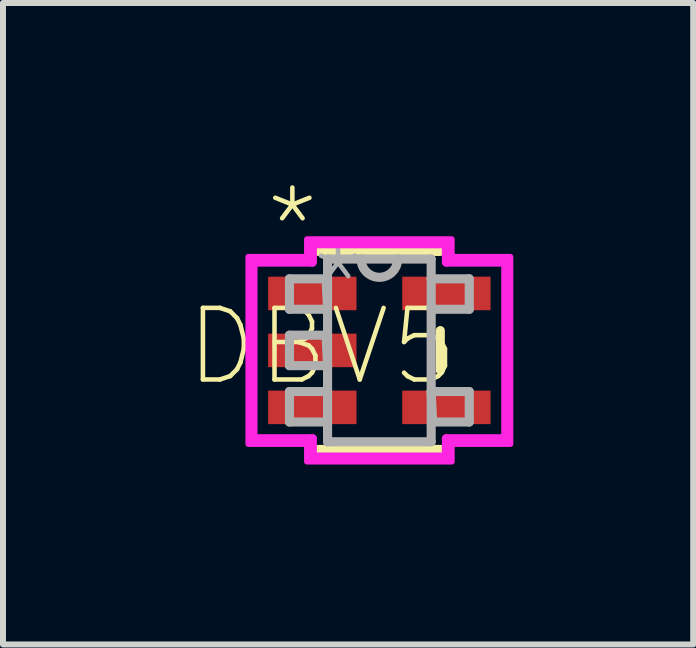
<source format=kicad_pcb>
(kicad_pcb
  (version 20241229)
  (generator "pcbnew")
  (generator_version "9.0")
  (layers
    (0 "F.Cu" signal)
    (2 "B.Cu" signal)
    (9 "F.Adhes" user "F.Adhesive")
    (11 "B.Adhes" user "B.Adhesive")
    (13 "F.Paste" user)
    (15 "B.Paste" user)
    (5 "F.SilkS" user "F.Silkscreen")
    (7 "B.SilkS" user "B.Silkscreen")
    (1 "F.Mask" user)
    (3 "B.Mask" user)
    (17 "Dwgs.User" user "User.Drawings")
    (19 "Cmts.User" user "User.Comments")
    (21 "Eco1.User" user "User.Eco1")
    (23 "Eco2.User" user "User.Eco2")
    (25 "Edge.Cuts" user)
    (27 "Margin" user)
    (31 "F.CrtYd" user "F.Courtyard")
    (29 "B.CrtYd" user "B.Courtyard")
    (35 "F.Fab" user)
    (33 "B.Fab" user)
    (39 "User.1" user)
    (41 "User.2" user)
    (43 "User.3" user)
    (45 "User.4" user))
  (footprint "DBV5"
    (layer "F.Cu")
    (at 3.277 2.794)
    (property "Reference" "DBV5" (at -3.277 0.635 0) (layer "F.SilkS") (effects (font (size 1.194 1.194) (thickness 0.076)) (justify left bottom)))
    (fp_line (start -1.016 1.651) (end 1.016 1.651) (stroke (width 0.152) (type solid)) (layer "F.SilkS"))
    (fp_line (start 1.016 -1.651) (end -1.016 -1.651) (stroke (width 0.152) (type solid)) (layer "F.SilkS"))
    (fp_line (start 1.016 0.33) (end 1.016 -0.33) (stroke (width 0.152) (type solid)) (layer "F.SilkS"))
    (fp_line (start -2.108 -1.473) (end -1.118 -1.473) (stroke (width 0.152) (type solid)) (layer "F.CrtYd"))
    (fp_line (start -2.108 1.473) (end -2.108 -1.473) (stroke (width 0.152) (type solid)) (layer "F.CrtYd"))
    (fp_line (start -1.118 -1.778) (end 1.118 -1.778) (stroke (width 0.152) (type solid)) (layer "F.CrtYd"))
    (fp_line (start -1.118 -1.473) (end -1.118 -1.778) (stroke (width 0.152) (type solid)) (layer "F.CrtYd"))
    (fp_line (start -1.118 1.473) (end -2.108 1.473) (stroke (width 0.152) (type solid)) (layer "F.CrtYd"))
    (fp_line (start -1.118 1.778) (end -1.118 1.473) (stroke (width 0.152) (type solid)) (layer "F.CrtYd"))
    (fp_line (start 1.118 -1.778) (end 1.118 -1.473) (stroke (width 0.152) (type solid)) (layer "F.CrtYd"))
    (fp_line (start 1.118 -1.473) (end 2.108 -1.473) (stroke (width 0.152) (type solid)) (layer "F.CrtYd"))
    (fp_line (start 1.118 1.473) (end 1.118 1.778) (stroke (width 0.152) (type solid)) (layer "F.CrtYd"))
    (fp_line (start 1.118 1.778) (end -1.118 1.778) (stroke (width 0.152) (type solid)) (layer "F.CrtYd"))
    (fp_line (start 2.108 -1.473) (end 2.108 1.473) (stroke (width 0.152) (type solid)) (layer "F.CrtYd"))
    (fp_line (start 2.108 1.473) (end 1.118 1.473) (stroke (width 0.152) (type solid)) (layer "F.CrtYd"))
    (fp_poly (pts (xy 1.206 -1.56) (xy 2.184 -1.56) (xy 2.184 1.56) (xy 1.206 1.56) (xy 1.206 1.854) (xy -1.206 1.854) (xy -1.206 1.56) (xy -2.184 1.56) (xy -2.184 -1.56) (xy -1.206 -1.56) (xy -1.206 -1.854) (xy 1.206 -1.854)) (stroke (width 0.1) (type solid)) (fill no) (layer "F.CrtYd"))
    (fp_line (start -1.499 -1.194) (end -1.499 -0.686) (stroke (width 0.152) (type solid)) (layer "F.Fab"))
    (fp_line (start -1.499 -0.686) (end -0.864 -0.686) (stroke (width 0.152) (type solid)) (layer "F.Fab"))
    (fp_line (start -1.499 -0.254) (end -1.499 0.254) (stroke (width 0.152) (type solid)) (layer "F.Fab"))
    (fp_line (start -1.499 0.254) (end -0.864 0.254) (stroke (width 0.152) (type solid)) (layer "F.Fab"))
    (fp_line (start -1.499 0.686) (end -1.499 1.194) (stroke (width 0.152) (type solid)) (layer "F.Fab"))
    (fp_line (start -1.499 1.194) (end -0.864 1.194) (stroke (width 0.152) (type solid)) (layer "F.Fab"))
    (fp_line (start -0.889 -1.194) (end -1.499 -1.194) (stroke (width 0.152) (type solid)) (layer "F.Fab"))
    (fp_line (start -0.889 -0.254) (end -1.499 -0.254) (stroke (width 0.152) (type solid)) (layer "F.Fab"))
    (fp_line (start -0.864 -1.524) (end -0.864 -0.686) (stroke (width 0.152) (type solid)) (layer "F.Fab"))
    (fp_line (start -0.864 -0.686) (end -0.889 -1.194) (stroke (width 0.152) (type solid)) (layer "F.Fab"))
    (fp_line (start -0.864 -0.686) (end -0.864 0.254) (stroke (width 0.152) (type solid)) (layer "F.Fab"))
    (fp_line (start -0.864 0.254) (end -0.889 -0.254) (stroke (width 0.152) (type solid)) (layer "F.Fab"))
    (fp_line (start -0.864 0.254) (end -0.864 0.686) (stroke (width 0.152) (type solid)) (layer "F.Fab"))
    (fp_line (start -0.864 0.686) (end -1.499 0.686) (stroke (width 0.152) (type solid)) (layer "F.Fab"))
    (fp_line (start -0.864 1.194) (end -0.864 0.686) (stroke (width 0.152) (type solid)) (layer "F.Fab"))
    (fp_line (start -0.864 1.524) (end -0.864 1.194) (stroke (width 0.152) (type solid)) (layer "F.Fab"))
    (fp_line (start -0.864 1.524) (end 0.864 1.524) (stroke (width 0.152) (type solid)) (layer "F.Fab"))
    (fp_line (start -0.305 -1.524) (end -0.864 -1.524) (stroke (width 0.152) (type solid)) (layer "F.Fab"))
    (fp_line (start 0.305 -1.524) (end -0.305 -1.524) (stroke (width 0.152) (type solid)) (layer "F.Fab"))
    (fp_line (start 0.864 -1.524) (end 0.305 -1.524) (stroke (width 0.152) (type solid)) (layer "F.Fab"))
    (fp_line (start 0.864 -1.524) (end 0.864 -1.194) (stroke (width 0.152) (type solid)) (layer "F.Fab"))
    (fp_line (start 0.864 -1.194) (end 0.864 -0.686) (stroke (width 0.152) (type solid)) (layer "F.Fab"))
    (fp_line (start 0.864 -0.686) (end 1.499 -0.686) (stroke (width 0.152) (type solid)) (layer "F.Fab"))
    (fp_line (start 0.864 0.686) (end 0.864 -0.686) (stroke (width 0.152) (type solid)) (layer "F.Fab"))
    (fp_line (start 0.864 0.686) (end 0.889 1.194) (stroke (width 0.152) (type solid)) (layer "F.Fab"))
    (fp_line (start 0.864 1.524) (end 0.864 0.686) (stroke (width 0.152) (type solid)) (layer "F.Fab"))
    (fp_line (start 0.889 1.194) (end 1.499 1.194) (stroke (width 0.152) (type solid)) (layer "F.Fab"))
    (fp_line (start 1.499 -1.194) (end 0.864 -1.194) (stroke (width 0.152) (type solid)) (layer "F.Fab"))
    (fp_line (start 1.499 -0.686) (end 1.499 -1.194) (stroke (width 0.152) (type solid)) (layer "F.Fab"))
    (fp_line (start 1.499 0.686) (end 0.864 0.686) (stroke (width 0.152) (type solid)) (layer "F.Fab"))
    (fp_line (start 1.499 1.194) (end 1.499 0.686) (stroke (width 0.152) (type solid)) (layer "F.Fab"))
    (fp_arc (start 0.3048 -1.524) (mid 0 -1.2192) (end -0.3048 -1.524) (stroke (width 0.1524) (type solid)) (layer "F.Fab"))
    (fp_text user "*" (at -1.956 -1.372 0) (layer "F.SilkS") (effects (font (size 1.194 1.194) (thickness 0.076)) (justify left bottom)))
    (fp_text user "*" (at -1.194 -0.406 0) (layer "F.Fab") (effects (font (size 1.194 1.194) (thickness 0.076)) (justify left bottom)))
    (pad "1" smd rect (at -1.118 -0.95) (size 1.473 0.559) (layers "F.Cu" "F.Mask" "F.Paste"))
    (pad "2" smd rect (at -1.118 0) (size 1.473 0.559) (layers "F.Cu" "F.Mask" "F.Paste"))
    (pad "3" smd rect (at -1.118 0.95) (size 1.473 0.559) (layers "F.Cu" "F.Mask" "F.Paste"))
    (pad "4" smd rect (at 1.118 0.95) (size 1.473 0.559) (layers "F.Cu" "F.Mask" "F.Paste"))
    (pad "5" smd rect (at 1.118 -0.95) (size 1.473 0.559) (layers "F.Cu" "F.Mask" "F.Paste")))
  (gr_rect
    (start -3 -3)
    (end 8.511 7.698)
    (stroke (width 0.1) (type default))
    (fill no)
    (layer "Edge.Cuts")))
</source>
